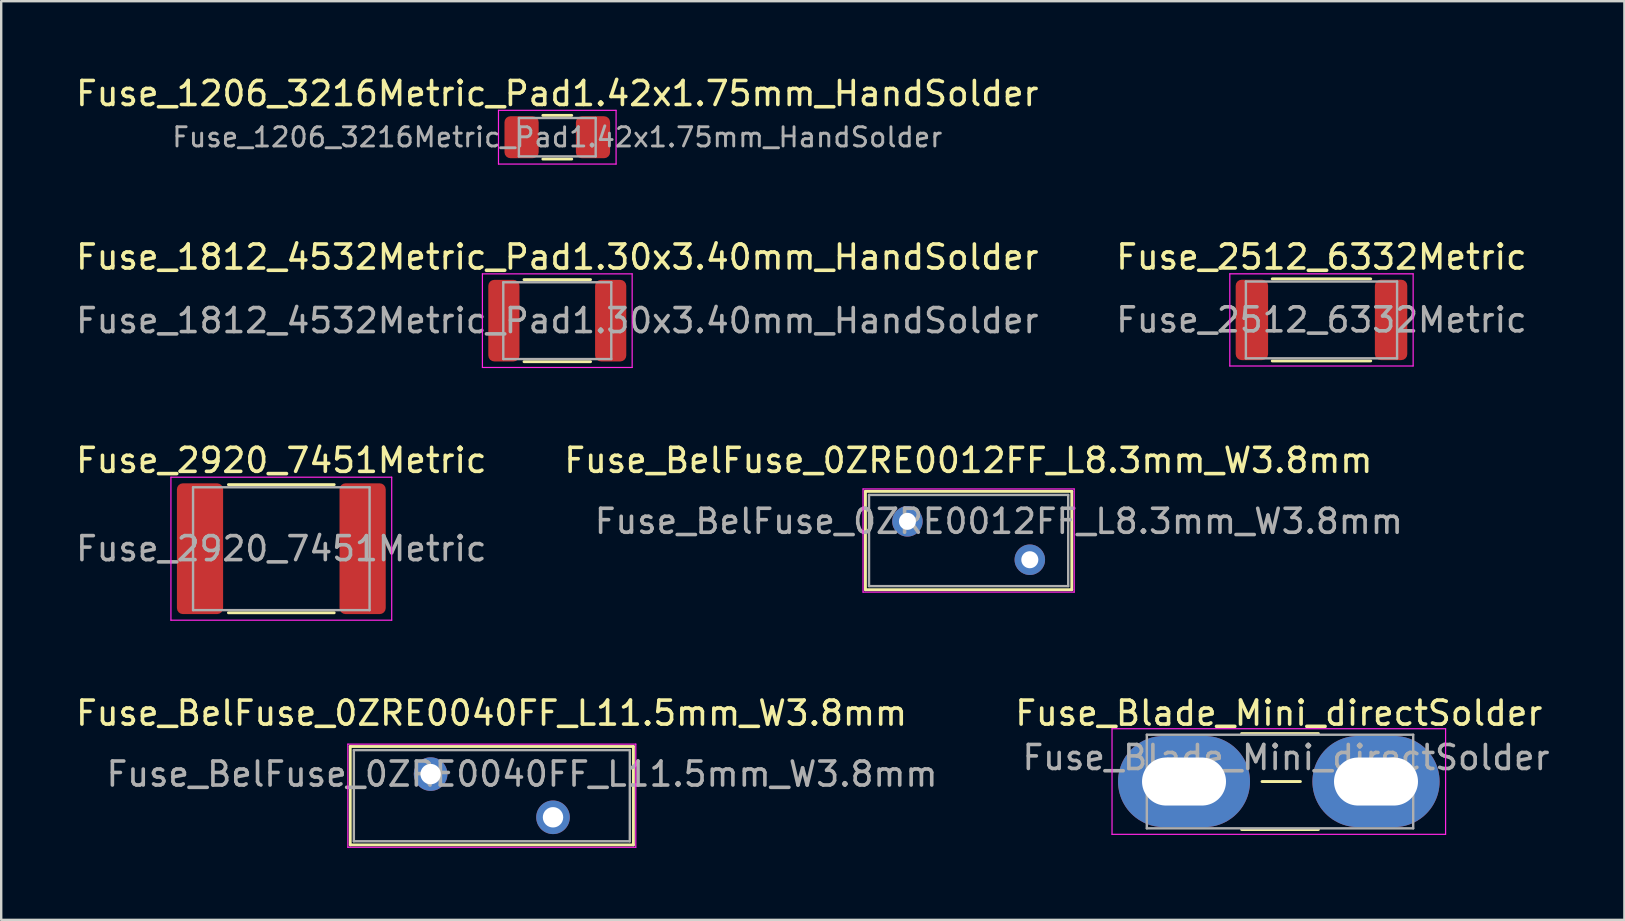
<source format=kicad_pcb>
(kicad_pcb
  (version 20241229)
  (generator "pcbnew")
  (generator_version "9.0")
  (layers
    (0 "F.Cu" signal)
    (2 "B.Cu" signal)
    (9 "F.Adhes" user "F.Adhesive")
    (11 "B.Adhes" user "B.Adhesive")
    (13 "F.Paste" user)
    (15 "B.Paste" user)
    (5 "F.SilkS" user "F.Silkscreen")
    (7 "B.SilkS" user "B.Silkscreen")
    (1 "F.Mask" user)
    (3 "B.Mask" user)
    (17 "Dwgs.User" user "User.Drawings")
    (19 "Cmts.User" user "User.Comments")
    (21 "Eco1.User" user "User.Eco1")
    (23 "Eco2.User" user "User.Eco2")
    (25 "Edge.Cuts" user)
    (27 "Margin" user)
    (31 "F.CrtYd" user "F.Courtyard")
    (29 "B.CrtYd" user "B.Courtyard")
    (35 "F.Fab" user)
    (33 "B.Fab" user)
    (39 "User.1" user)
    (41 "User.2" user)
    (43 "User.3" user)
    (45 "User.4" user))
  (footprint "Fuse_Blade_Mini_directSolder"
    (layer "F.Cu")
    (at 46.29 29.518)
    (property "Reference" "Fuse_Blade_Mini_directSolder" (at 3.95 -2.85 0) (layer "F.SilkS") (effects (font (size 1 1) (thickness 0.15))))
    (attr through_hole)
    (fp_line (start 2.4 -2) (end 5.6 -2) (stroke (width 0.12) (type solid)) (layer "F.SilkS"))
    (fp_line (start 3.25 0) (end 4.85 0) (stroke (width 0.12) (type solid)) (layer "F.SilkS"))
    (fp_line (start 5.6 2) (end 2.4 2) (stroke (width 0.12) (type solid)) (layer "F.SilkS"))
    (fp_line (start -3 -2.2) (end -3 2.2) (stroke (width 0.05) (type solid)) (layer "F.CrtYd"))
    (fp_line (start -3 -2.2) (end 10.9 -2.2) (stroke (width 0.05) (type solid)) (layer "F.CrtYd"))
    (fp_line (start 10.9 2.2) (end -3 2.2) (stroke (width 0.05) (type solid)) (layer "F.CrtYd"))
    (fp_line (start 10.9 2.2) (end 10.9 -2.2) (stroke (width 0.05) (type solid)) (layer "F.CrtYd"))
    (fp_line (start -1.55 -1.95) (end 9.55 -1.95) (stroke (width 0.1) (type solid)) (layer "F.Fab"))
    (fp_line (start -1.55 1.95) (end -1.55 -1.95) (stroke (width 0.1) (type solid)) (layer "F.Fab"))
    (fp_line (start 9.55 -1.95) (end 9.55 1.95) (stroke (width 0.1) (type solid)) (layer "F.Fab"))
    (fp_line (start 9.55 1.95) (end -1.55 1.95) (stroke (width 0.1) (type solid)) (layer "F.Fab"))
    (fp_text user "${REFERENCE}" (at 4.25 -1 0) (layer "F.Fab") (effects (font (size 1 1) (thickness 0.15))))
    (pad "1" thru_hole oval (at 0 0) (size 5.5 3.8) (drill oval 3.5 2) (layers "*.Cu" "*.Mask"))
    (pad "2" thru_hole oval (at 8 0) (size 5.3 3.8) (drill oval 3.5 2) (layers "*.Cu" "*.Mask")))
  (footprint "Fuse_BelFuse_0ZRE0040FF_L11.5mm_W3.8mm"
    (layer "F.Cu")
    (at 14.895 29.208)
    (property "Reference" "Fuse_BelFuse_0ZRE0040FF_L11.5mm_W3.8mm" (at 2.54 -2.54 0) (layer "F.SilkS") (effects (font (size 1 1) (thickness 0.15))))
    (attr through_hole)
    (fp_line (start -3.35 -1.15) (end -3.35 2.95) (stroke (width 0.12) (type solid)) (layer "F.SilkS"))
    (fp_line (start -3.35 -1.15) (end 8.45 -1.15) (stroke (width 0.12) (type solid)) (layer "F.SilkS"))
    (fp_line (start -3.35 2.95) (end 8.45 2.95) (stroke (width 0.12) (type solid)) (layer "F.SilkS"))
    (fp_line (start 8.45 -1.15) (end 8.45 2.95) (stroke (width 0.12) (type solid)) (layer "F.SilkS"))
    (fp_line (start -3.45 -1.25) (end -3.45 3.05) (stroke (width 0.05) (type solid)) (layer "F.CrtYd"))
    (fp_line (start -3.45 -1.25) (end 8.55 -1.25) (stroke (width 0.05) (type solid)) (layer "F.CrtYd"))
    (fp_line (start -3.45 3.05) (end 8.55 3.05) (stroke (width 0.05) (type solid)) (layer "F.CrtYd"))
    (fp_line (start 8.55 -1.25) (end 8.55 3.05) (stroke (width 0.05) (type solid)) (layer "F.CrtYd"))
    (fp_line (start -3.2 -1) (end -3.2 2.8) (stroke (width 0.1) (type solid)) (layer "F.Fab"))
    (fp_line (start -3.2 -1) (end 8.3 -1) (stroke (width 0.1) (type solid)) (layer "F.Fab"))
    (fp_line (start -3.2 2.8) (end 8.3 2.8) (stroke (width 0.1) (type solid)) (layer "F.Fab"))
    (fp_line (start 8.3 -1) (end 8.3 2.8) (stroke (width 0.1) (type solid)) (layer "F.Fab"))
    (fp_text user "${REFERENCE}" (at 3.81 0 0) (layer "F.Fab") (effects (font (size 1 1) (thickness 0.15))))
    (pad "1" thru_hole circle (at 0 0) (size 1.4 1.4) (drill 0.85) (layers "*.Cu" "*.Mask"))
    (pad "2" thru_hole circle (at 5.1 1.8) (size 1.4 1.4) (drill 0.85) (layers "*.Cu" "*.Mask")))
  (footprint "Fuse_BelFuse_0ZRE0012FF_L8.3mm_W3.8mm"
    (layer "F.Cu")
    (at 34.764 18.675)
    (property "Reference" "Fuse_BelFuse_0ZRE0012FF_L8.3mm_W3.8mm" (at 2.54 -2.54 0) (layer "F.SilkS") (effects (font (size 1 1) (thickness 0.15))))
    (attr through_hole)
    (fp_line (start -1.75 -1.25) (end -1.75 2.85) (stroke (width 0.12) (type solid)) (layer "F.SilkS"))
    (fp_line (start -1.75 -1.25) (end 6.85 -1.25) (stroke (width 0.12) (type solid)) (layer "F.SilkS"))
    (fp_line (start -1.75 2.85) (end 6.85 2.85) (stroke (width 0.12) (type solid)) (layer "F.SilkS"))
    (fp_line (start 6.85 -1.25) (end 6.85 2.85) (stroke (width 0.12) (type solid)) (layer "F.SilkS"))
    (fp_line (start -1.85 -1.35) (end -1.85 2.95) (stroke (width 0.05) (type solid)) (layer "F.CrtYd"))
    (fp_line (start -1.85 -1.35) (end 6.95 -1.35) (stroke (width 0.05) (type solid)) (layer "F.CrtYd"))
    (fp_line (start -1.85 2.95) (end 6.95 2.95) (stroke (width 0.05) (type solid)) (layer "F.CrtYd"))
    (fp_line (start 6.95 -1.35) (end 6.95 2.95) (stroke (width 0.05) (type solid)) (layer "F.CrtYd"))
    (fp_line (start -1.6 -1.1) (end -1.6 2.7) (stroke (width 0.1) (type solid)) (layer "F.Fab"))
    (fp_line (start -1.6 -1.1) (end 6.7 -1.1) (stroke (width 0.1) (type solid)) (layer "F.Fab"))
    (fp_line (start -1.6 2.7) (end 6.7 2.7) (stroke (width 0.1) (type solid)) (layer "F.Fab"))
    (fp_line (start 6.7 -1.1) (end 6.7 2.7) (stroke (width 0.1) (type solid)) (layer "F.Fab"))
    (fp_text user "${REFERENCE}" (at 3.81 0 0) (layer "F.Fab") (effects (font (size 1 1) (thickness 0.15))))
    (pad "1" thru_hole circle (at 0 0) (size 1.27 1.27) (drill 0.71) (layers "*.Cu" "*.Mask"))
    (pad "2" thru_hole circle (at 5.1 1.6) (size 1.27 1.27) (drill 0.71) (layers "*.Cu" "*.Mask")))
  (footprint "Fuse_1206_3216Metric_Pad1.42x1.75mm_HandSolder"
    (layer "F.Cu")
    (at 20.173 2.668)
    (property "Reference" "Fuse_1206_3216Metric_Pad1.42x1.75mm_HandSolder" (at 0 -1.82 0) (layer "F.SilkS") (effects (font (size 1 1) (thickness 0.15))))
    (attr smd)
    (fp_line (start -0.602 -0.91) (end 0.602 -0.91) (stroke (width 0.12) (type solid)) (layer "F.SilkS"))
    (fp_line (start -0.602 0.91) (end 0.602 0.91) (stroke (width 0.12) (type solid)) (layer "F.SilkS"))
    (fp_line (start -2.45 -1.12) (end 2.45 -1.12) (stroke (width 0.05) (type solid)) (layer "F.CrtYd"))
    (fp_line (start -2.45 1.12) (end -2.45 -1.12) (stroke (width 0.05) (type solid)) (layer "F.CrtYd"))
    (fp_line (start 2.45 -1.12) (end 2.45 1.12) (stroke (width 0.05) (type solid)) (layer "F.CrtYd"))
    (fp_line (start 2.45 1.12) (end -2.45 1.12) (stroke (width 0.05) (type solid)) (layer "F.CrtYd"))
    (fp_line (start -1.6 -0.8) (end 1.6 -0.8) (stroke (width 0.1) (type solid)) (layer "F.Fab"))
    (fp_line (start -1.6 0.8) (end -1.6 -0.8) (stroke (width 0.1) (type solid)) (layer "F.Fab"))
    (fp_line (start 1.6 -0.8) (end 1.6 0.8) (stroke (width 0.1) (type solid)) (layer "F.Fab"))
    (fp_line (start 1.6 0.8) (end -1.6 0.8) (stroke (width 0.1) (type solid)) (layer "F.Fab"))
    (fp_text user "${REFERENCE}" (at 0 0 0) (layer "F.Fab") (effects (font (size 0.8 0.8) (thickness 0.12))))
    (pad "1" smd roundrect (at -1.488 0) (size 1.425 1.75) (layers "F.Cu" "F.Mask" "F.Paste") (roundrect_rratio 0.175))
    (pad "2" smd roundrect (at 1.488 0) (size 1.425 1.75) (layers "F.Cu" "F.Mask" "F.Paste") (roundrect_rratio 0.175)))
  (footprint "Fuse_2920_7451Metric"
    (layer "F.Cu")
    (at 8.673 19.815)
    (property "Reference" "Fuse_2920_7451Metric" (at 0 -3.68 0) (layer "F.SilkS") (effects (font (size 1 1) (thickness 0.15))))
    (attr smd)
    (fp_line (start -2.204 -2.67) (end 2.204 -2.67) (stroke (width 0.12) (type solid)) (layer "F.SilkS"))
    (fp_line (start -2.204 2.67) (end 2.204 2.67) (stroke (width 0.12) (type solid)) (layer "F.SilkS"))
    (fp_line (start -4.6 -2.98) (end 4.6 -2.98) (stroke (width 0.05) (type solid)) (layer "F.CrtYd"))
    (fp_line (start -4.6 2.98) (end -4.6 -2.98) (stroke (width 0.05) (type solid)) (layer "F.CrtYd"))
    (fp_line (start 4.6 -2.98) (end 4.6 2.98) (stroke (width 0.05) (type solid)) (layer "F.CrtYd"))
    (fp_line (start 4.6 2.98) (end -4.6 2.98) (stroke (width 0.05) (type solid)) (layer "F.CrtYd"))
    (fp_line (start -3.678 -2.56) (end 3.678 -2.56) (stroke (width 0.1) (type solid)) (layer "F.Fab"))
    (fp_line (start -3.678 2.56) (end -3.678 -2.56) (stroke (width 0.1) (type solid)) (layer "F.Fab"))
    (fp_line (start 3.678 -2.56) (end 3.678 2.56) (stroke (width 0.1) (type solid)) (layer "F.Fab"))
    (fp_line (start 3.678 2.56) (end -3.678 2.56) (stroke (width 0.1) (type solid)) (layer "F.Fab"))
    (fp_text user "${REFERENCE}" (at 0 0 0) (layer "F.Fab") (effects (font (size 1 1) (thickness 0.15))))
    (pad "1" smd roundrect (at -3.388 0) (size 1.925 5.45) (layers "F.Cu" "F.Mask" "F.Paste") (roundrect_rratio 0.13))
    (pad "2" smd roundrect (at 3.388 0) (size 1.925 5.45) (layers "F.Cu" "F.Mask" "F.Paste") (roundrect_rratio 0.13)))
  (footprint "Fuse_1812_4532Metric_Pad1.30x3.40mm_HandSolder"
    (layer "F.Cu")
    (at 20.173 10.312)
    (property "Reference" "Fuse_1812_4532Metric_Pad1.30x3.40mm_HandSolder" (at 0 -2.65 0) (layer "F.SilkS") (effects (font (size 1 1) (thickness 0.15))))
    (attr smd)
    (fp_line (start -1.386 -1.71) (end 1.386 -1.71) (stroke (width 0.12) (type solid)) (layer "F.SilkS"))
    (fp_line (start -1.386 1.71) (end 1.386 1.71) (stroke (width 0.12) (type solid)) (layer "F.SilkS"))
    (fp_line (start -3.12 -1.95) (end 3.12 -1.95) (stroke (width 0.05) (type solid)) (layer "F.CrtYd"))
    (fp_line (start -3.12 1.95) (end -3.12 -1.95) (stroke (width 0.05) (type solid)) (layer "F.CrtYd"))
    (fp_line (start 3.12 -1.95) (end 3.12 1.95) (stroke (width 0.05) (type solid)) (layer "F.CrtYd"))
    (fp_line (start 3.12 1.95) (end -3.12 1.95) (stroke (width 0.05) (type solid)) (layer "F.CrtYd"))
    (fp_line (start -2.25 -1.6) (end 2.25 -1.6) (stroke (width 0.1) (type solid)) (layer "F.Fab"))
    (fp_line (start -2.25 1.6) (end -2.25 -1.6) (stroke (width 0.1) (type solid)) (layer "F.Fab"))
    (fp_line (start 2.25 -1.6) (end 2.25 1.6) (stroke (width 0.1) (type solid)) (layer "F.Fab"))
    (fp_line (start 2.25 1.6) (end -2.25 1.6) (stroke (width 0.1) (type solid)) (layer "F.Fab"))
    (fp_text user "${REFERENCE}" (at 0 0 0) (layer "F.Fab") (effects (font (size 1 1) (thickness 0.15))))
    (pad "1" smd roundrect (at -2.225 0) (size 1.3 3.4) (layers "F.Cu" "F.Mask" "F.Paste") (roundrect_rratio 0.192))
    (pad "2" smd roundrect (at 2.225 0) (size 1.3 3.4) (layers "F.Cu" "F.Mask" "F.Paste") (roundrect_rratio 0.192)))
  (footprint "Fuse_2512_6332Metric"
    (layer "F.Cu")
    (at 52.018 10.281)
    (property "Reference" "Fuse_2512_6332Metric" (at 0 -2.62 0) (layer "F.SilkS") (effects (font (size 1 1) (thickness 0.15))))
    (attr smd)
    (fp_line (start -2.052 -1.71) (end 2.052 -1.71) (stroke (width 0.12) (type solid)) (layer "F.SilkS"))
    (fp_line (start -2.052 1.71) (end 2.052 1.71) (stroke (width 0.12) (type solid)) (layer "F.SilkS"))
    (fp_line (start -3.82 -1.92) (end 3.82 -1.92) (stroke (width 0.05) (type solid)) (layer "F.CrtYd"))
    (fp_line (start -3.82 1.92) (end -3.82 -1.92) (stroke (width 0.05) (type solid)) (layer "F.CrtYd"))
    (fp_line (start 3.82 -1.92) (end 3.82 1.92) (stroke (width 0.05) (type solid)) (layer "F.CrtYd"))
    (fp_line (start 3.82 1.92) (end -3.82 1.92) (stroke (width 0.05) (type solid)) (layer "F.CrtYd"))
    (fp_line (start -3.15 -1.6) (end 3.15 -1.6) (stroke (width 0.1) (type solid)) (layer "F.Fab"))
    (fp_line (start -3.15 1.6) (end -3.15 -1.6) (stroke (width 0.1) (type solid)) (layer "F.Fab"))
    (fp_line (start 3.15 -1.6) (end 3.15 1.6) (stroke (width 0.1) (type solid)) (layer "F.Fab"))
    (fp_line (start 3.15 1.6) (end -3.15 1.6) (stroke (width 0.1) (type solid)) (layer "F.Fab"))
    (fp_text user "${REFERENCE}" (at 0 0 0) (layer "F.Fab") (effects (font (size 1 1) (thickness 0.15))))
    (pad "1" smd roundrect (at -2.9 0) (size 1.35 3.35) (layers "F.Cu" "F.Mask" "F.Paste") (roundrect_rratio 0.185))
    (pad "2" smd roundrect (at 2.9 0) (size 1.35 3.35) (layers "F.Cu" "F.Mask" "F.Paste") (roundrect_rratio 0.185)))
  (gr_rect
    (start -3 -3)
    (end 64.641 35.283)
    (stroke (width 0.1) (type default))
    (fill no)
    (layer "Edge.Cuts")))
</source>
